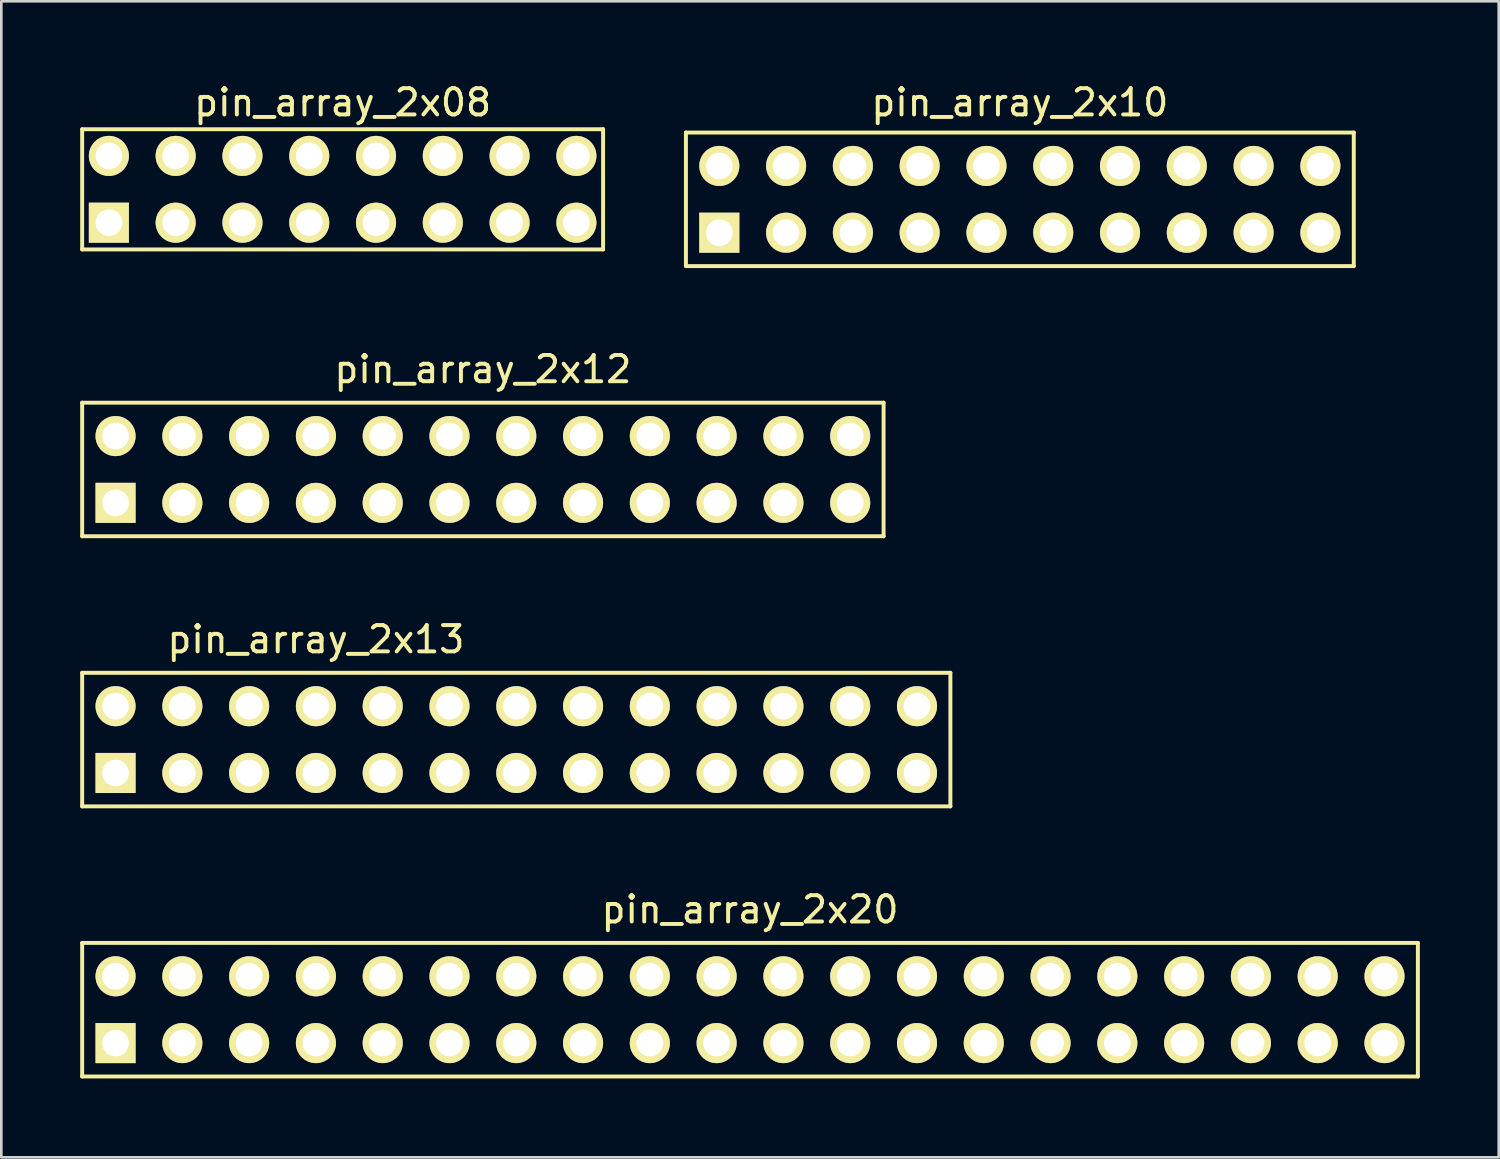
<source format=kicad_pcb>
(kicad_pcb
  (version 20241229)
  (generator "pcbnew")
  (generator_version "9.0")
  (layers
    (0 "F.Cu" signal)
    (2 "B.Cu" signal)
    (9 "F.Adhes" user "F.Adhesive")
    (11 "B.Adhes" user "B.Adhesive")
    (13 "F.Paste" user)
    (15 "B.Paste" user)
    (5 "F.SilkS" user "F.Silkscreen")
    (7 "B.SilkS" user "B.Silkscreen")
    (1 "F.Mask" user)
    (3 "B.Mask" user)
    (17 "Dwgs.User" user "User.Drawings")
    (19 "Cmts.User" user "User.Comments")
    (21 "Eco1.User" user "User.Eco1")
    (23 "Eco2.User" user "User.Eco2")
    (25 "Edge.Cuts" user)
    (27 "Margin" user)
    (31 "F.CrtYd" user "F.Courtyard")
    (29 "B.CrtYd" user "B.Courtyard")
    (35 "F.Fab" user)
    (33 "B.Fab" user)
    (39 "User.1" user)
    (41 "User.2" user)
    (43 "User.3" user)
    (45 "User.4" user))
  (footprint "pin_array_2x08"
    (layer "F.Cu")
    (at 9.981 4.15)
    (property "Reference" "pin_array_2x08" (at 0 -3.302 0) (layer "F.SilkS") (effects (font (size 1 1) (thickness 0.15))))
    (attr through_hole)
    (fp_line (start -9.906 -2.286) (end 9.906 -2.286) (stroke (width 0.15) (type solid)) (layer "F.SilkS"))
    (fp_line (start -9.906 2.286) (end -9.906 -2.286) (stroke (width 0.15) (type solid)) (layer "F.SilkS"))
    (fp_line (start 9.906 -2.286) (end 9.906 2.286) (stroke (width 0.15) (type solid)) (layer "F.SilkS"))
    (fp_line (start 9.906 2.286) (end -9.906 2.286) (stroke (width 0.15) (type solid)) (layer "F.SilkS"))
    (pad "1" thru_hole rect (at -8.89 1.27) (size 1.524 1.524) (drill 1.016) (layers "*.Cu" "*.Mask" "F.SilkS"))
    (pad "2" thru_hole circle (at -8.89 -1.27) (size 1.524 1.524) (drill 1.016) (layers "*.Cu" "*.Mask" "F.SilkS"))
    (pad "3" thru_hole circle (at -6.35 1.27) (size 1.524 1.524) (drill 1.016) (layers "*.Cu" "*.Mask" "F.SilkS"))
    (pad "4" thru_hole circle (at -6.35 -1.27) (size 1.524 1.524) (drill 1.016) (layers "*.Cu" "*.Mask" "F.SilkS"))
    (pad "5" thru_hole circle (at -3.81 1.27) (size 1.524 1.524) (drill 1.016) (layers "*.Cu" "*.Mask" "F.SilkS"))
    (pad "6" thru_hole circle (at -3.81 -1.27) (size 1.524 1.524) (drill 1.016) (layers "*.Cu" "*.Mask" "F.SilkS"))
    (pad "7" thru_hole circle (at -1.27 1.27) (size 1.524 1.524) (drill 1.016) (layers "*.Cu" "*.Mask" "F.SilkS"))
    (pad "8" thru_hole circle (at -1.27 -1.27) (size 1.524 1.524) (drill 1.016) (layers "*.Cu" "*.Mask" "F.SilkS"))
    (pad "9" thru_hole circle (at 1.27 1.27) (size 1.524 1.524) (drill 1.016) (layers "*.Cu" "*.Mask" "F.SilkS"))
    (pad "10" thru_hole circle (at 1.27 -1.27) (size 1.524 1.524) (drill 1.016) (layers "*.Cu" "*.Mask" "F.SilkS"))
    (pad "11" thru_hole circle (at 3.81 1.27) (size 1.524 1.524) (drill 1.016) (layers "*.Cu" "*.Mask" "F.SilkS"))
    (pad "12" thru_hole circle (at 3.81 -1.27) (size 1.524 1.524) (drill 1.016) (layers "*.Cu" "*.Mask" "F.SilkS"))
    (pad "13" thru_hole circle (at 6.35 1.27) (size 1.524 1.524) (drill 1.016) (layers "*.Cu" "*.Mask" "F.SilkS"))
    (pad "14" thru_hole circle (at 6.35 -1.27) (size 1.524 1.524) (drill 1.016) (layers "*.Cu" "*.Mask" "F.SilkS"))
    (pad "15" thru_hole circle (at 8.89 1.27) (size 1.524 1.524) (drill 1.016) (layers "*.Cu" "*.Mask" "F.SilkS"))
    (pad "16" thru_hole circle (at 8.89 -1.27) (size 1.524 1.524) (drill 1.016) (layers "*.Cu" "*.Mask" "F.SilkS")))
  (footprint "pin_array_2x10"
    (layer "F.Cu")
    (at 35.737 4.531)
    (property "Reference" "pin_array_2x10" (at 0 -3.683 0) (layer "F.SilkS") (effects (font (size 1 1) (thickness 0.15))))
    (attr through_hole)
    (fp_line (start -12.7 -2.54) (end -12.7 2.54) (stroke (width 0.15) (type solid)) (layer "F.SilkS"))
    (fp_line (start -12.7 2.54) (end 12.7 2.54) (stroke (width 0.15) (type solid)) (layer "F.SilkS"))
    (fp_line (start 12.7 -2.54) (end -12.7 -2.54) (stroke (width 0.15) (type solid)) (layer "F.SilkS"))
    (fp_line (start 12.7 2.54) (end 12.7 -2.54) (stroke (width 0.15) (type solid)) (layer "F.SilkS"))
    (pad "1" thru_hole rect (at -11.43 1.27) (size 1.524 1.524) (drill 1.016) (layers "*.Cu" "*.Mask" "F.SilkS"))
    (pad "2" thru_hole circle (at -11.43 -1.27) (size 1.524 1.524) (drill 1.016) (layers "*.Cu" "*.Mask" "F.SilkS"))
    (pad "3" thru_hole circle (at -8.89 1.27) (size 1.524 1.524) (drill 1.016) (layers "*.Cu" "*.Mask" "F.SilkS"))
    (pad "4" thru_hole circle (at -8.89 -1.27) (size 1.524 1.524) (drill 1.016) (layers "*.Cu" "*.Mask" "F.SilkS"))
    (pad "5" thru_hole circle (at -6.35 1.27) (size 1.524 1.524) (drill 1.016) (layers "*.Cu" "*.Mask" "F.SilkS"))
    (pad "6" thru_hole circle (at -6.35 -1.27) (size 1.524 1.524) (drill 1.016) (layers "*.Cu" "*.Mask" "F.SilkS"))
    (pad "7" thru_hole circle (at -3.81 1.27) (size 1.524 1.524) (drill 1.016) (layers "*.Cu" "*.Mask" "F.SilkS"))
    (pad "8" thru_hole circle (at -3.81 -1.27) (size 1.524 1.524) (drill 1.016) (layers "*.Cu" "*.Mask" "F.SilkS"))
    (pad "9" thru_hole circle (at -1.27 1.27) (size 1.524 1.524) (drill 1.016) (layers "*.Cu" "*.Mask" "F.SilkS"))
    (pad "10" thru_hole circle (at -1.27 -1.27) (size 1.524 1.524) (drill 1.016) (layers "*.Cu" "*.Mask" "F.SilkS"))
    (pad "11" thru_hole circle (at 1.27 1.27) (size 1.524 1.524) (drill 1.016) (layers "*.Cu" "*.Mask" "F.SilkS"))
    (pad "12" thru_hole circle (at 1.27 -1.27) (size 1.524 1.524) (drill 1.016) (layers "*.Cu" "*.Mask" "F.SilkS"))
    (pad "13" thru_hole circle (at 3.81 1.27) (size 1.524 1.524) (drill 1.016) (layers "*.Cu" "*.Mask" "F.SilkS"))
    (pad "14" thru_hole circle (at 3.81 -1.27) (size 1.524 1.524) (drill 1.016) (layers "*.Cu" "*.Mask" "F.SilkS"))
    (pad "15" thru_hole circle (at 6.35 1.27) (size 1.524 1.524) (drill 1.016) (layers "*.Cu" "*.Mask" "F.SilkS"))
    (pad "16" thru_hole circle (at 6.35 -1.27) (size 1.524 1.524) (drill 1.016) (layers "*.Cu" "*.Mask" "F.SilkS"))
    (pad "17" thru_hole circle (at 8.89 1.27) (size 1.524 1.524) (drill 1.016) (layers "*.Cu" "*.Mask" "F.SilkS"))
    (pad "18" thru_hole circle (at 8.89 -1.27) (size 1.524 1.524) (drill 1.016) (layers "*.Cu" "*.Mask" "F.SilkS"))
    (pad "19" thru_hole circle (at 11.43 1.27) (size 1.524 1.524) (drill 1.016) (layers "*.Cu" "*.Mask" "F.SilkS"))
    (pad "20" thru_hole circle (at 11.43 -1.27) (size 1.524 1.524) (drill 1.016) (layers "*.Cu" "*.Mask" "F.SilkS")))
  (footprint "pin_array_2x20"
    (layer "F.Cu")
    (at 25.475 35.351)
    (property "Reference" "pin_array_2x20" (at 0 -3.81 0) (layer "F.SilkS") (effects (font (size 1 1) (thickness 0.15))))
    (attr through_hole)
    (fp_line (start -25.4 -2.54) (end -25.4 2.54) (stroke (width 0.15) (type solid)) (layer "F.SilkS"))
    (fp_line (start 25.4 -2.54) (end -25.4 -2.54) (stroke (width 0.15) (type solid)) (layer "F.SilkS"))
    (fp_line (start 25.4 -2.54) (end 25.4 2.54) (stroke (width 0.15) (type solid)) (layer "F.SilkS"))
    (fp_line (start 25.4 2.54) (end -25.4 2.54) (stroke (width 0.15) (type solid)) (layer "F.SilkS"))
    (pad "1" thru_hole rect (at -24.13 1.27) (size 1.524 1.524) (drill 1.016) (layers "*.Cu" "*.Mask" "F.SilkS"))
    (pad "2" thru_hole circle (at -24.13 -1.27) (size 1.524 1.524) (drill 1.016) (layers "*.Cu" "*.Mask" "F.SilkS"))
    (pad "3" thru_hole circle (at -21.59 1.27) (size 1.524 1.524) (drill 1.016) (layers "*.Cu" "*.Mask" "F.SilkS"))
    (pad "4" thru_hole circle (at -21.59 -1.27) (size 1.524 1.524) (drill 1.016) (layers "*.Cu" "*.Mask" "F.SilkS"))
    (pad "5" thru_hole circle (at -19.05 1.27) (size 1.524 1.524) (drill 1.016) (layers "*.Cu" "*.Mask" "F.SilkS"))
    (pad "6" thru_hole circle (at -19.05 -1.27) (size 1.524 1.524) (drill 1.016) (layers "*.Cu" "*.Mask" "F.SilkS"))
    (pad "7" thru_hole circle (at -16.51 1.27) (size 1.524 1.524) (drill 1.016) (layers "*.Cu" "*.Mask" "F.SilkS"))
    (pad "8" thru_hole circle (at -16.51 -1.27) (size 1.524 1.524) (drill 1.016) (layers "*.Cu" "*.Mask" "F.SilkS"))
    (pad "9" thru_hole circle (at -13.97 1.27) (size 1.524 1.524) (drill 1.016) (layers "*.Cu" "*.Mask" "F.SilkS"))
    (pad "10" thru_hole circle (at -13.97 -1.27) (size 1.524 1.524) (drill 1.016) (layers "*.Cu" "*.Mask" "F.SilkS"))
    (pad "11" thru_hole circle (at -11.43 1.27) (size 1.524 1.524) (drill 1.016) (layers "*.Cu" "*.Mask" "F.SilkS"))
    (pad "12" thru_hole circle (at -11.43 -1.27) (size 1.524 1.524) (drill 1.016) (layers "*.Cu" "*.Mask" "F.SilkS"))
    (pad "13" thru_hole circle (at -8.89 1.27) (size 1.524 1.524) (drill 1.016) (layers "*.Cu" "*.Mask" "F.SilkS"))
    (pad "14" thru_hole circle (at -8.89 -1.27) (size 1.524 1.524) (drill 1.016) (layers "*.Cu" "*.Mask" "F.SilkS"))
    (pad "15" thru_hole circle (at -6.35 1.27) (size 1.524 1.524) (drill 1.016) (layers "*.Cu" "*.Mask" "F.SilkS"))
    (pad "16" thru_hole circle (at -6.35 -1.27) (size 1.524 1.524) (drill 1.016) (layers "*.Cu" "*.Mask" "F.SilkS"))
    (pad "17" thru_hole circle (at -3.81 1.27) (size 1.524 1.524) (drill 1.016) (layers "*.Cu" "*.Mask" "F.SilkS"))
    (pad "18" thru_hole circle (at -3.81 -1.27) (size 1.524 1.524) (drill 1.016) (layers "*.Cu" "*.Mask" "F.SilkS"))
    (pad "19" thru_hole circle (at -1.27 1.27) (size 1.524 1.524) (drill 1.016) (layers "*.Cu" "*.Mask" "F.SilkS"))
    (pad "20" thru_hole circle (at -1.27 -1.27) (size 1.524 1.524) (drill 1.016) (layers "*.Cu" "*.Mask" "F.SilkS"))
    (pad "21" thru_hole circle (at 1.27 1.27) (size 1.524 1.524) (drill 1.016) (layers "*.Cu" "*.Mask" "F.SilkS"))
    (pad "22" thru_hole circle (at 1.27 -1.27) (size 1.524 1.524) (drill 1.016) (layers "*.Cu" "*.Mask" "F.SilkS"))
    (pad "23" thru_hole circle (at 3.81 1.27) (size 1.524 1.524) (drill 1.016) (layers "*.Cu" "*.Mask" "F.SilkS"))
    (pad "24" thru_hole circle (at 3.81 -1.27) (size 1.524 1.524) (drill 1.016) (layers "*.Cu" "*.Mask" "F.SilkS"))
    (pad "25" thru_hole circle (at 6.35 1.27) (size 1.524 1.524) (drill 1.016) (layers "*.Cu" "*.Mask" "F.SilkS"))
    (pad "26" thru_hole circle (at 6.35 -1.27) (size 1.524 1.524) (drill 1.016) (layers "*.Cu" "*.Mask" "F.SilkS"))
    (pad "27" thru_hole circle (at 8.89 1.27) (size 1.524 1.524) (drill 1.016) (layers "*.Cu" "*.Mask" "F.SilkS"))
    (pad "28" thru_hole circle (at 8.89 -1.27) (size 1.524 1.524) (drill 1.016) (layers "*.Cu" "*.Mask" "F.SilkS"))
    (pad "29" thru_hole circle (at 11.43 1.27) (size 1.524 1.524) (drill 1.016) (layers "*.Cu" "*.Mask" "F.SilkS"))
    (pad "30" thru_hole circle (at 11.43 -1.27) (size 1.524 1.524) (drill 1.016) (layers "*.Cu" "*.Mask" "F.SilkS"))
    (pad "31" thru_hole circle (at 13.97 1.27) (size 1.524 1.524) (drill 1.016) (layers "*.Cu" "*.Mask" "F.SilkS"))
    (pad "32" thru_hole circle (at 13.97 -1.27) (size 1.524 1.524) (drill 1.016) (layers "*.Cu" "*.Mask" "F.SilkS"))
    (pad "33" thru_hole circle (at 16.51 1.27) (size 1.524 1.524) (drill 1.016) (layers "*.Cu" "*.Mask" "F.SilkS"))
    (pad "34" thru_hole circle (at 16.51 -1.27) (size 1.524 1.524) (drill 1.016) (layers "*.Cu" "*.Mask" "F.SilkS"))
    (pad "35" thru_hole circle (at 19.05 1.27) (size 1.524 1.524) (drill 1.016) (layers "*.Cu" "*.Mask" "F.SilkS"))
    (pad "36" thru_hole circle (at 19.05 -1.27) (size 1.524 1.524) (drill 1.016) (layers "*.Cu" "*.Mask" "F.SilkS"))
    (pad "37" thru_hole circle (at 21.59 1.27) (size 1.524 1.524) (drill 1.016) (layers "*.Cu" "*.Mask" "F.SilkS"))
    (pad "38" thru_hole circle (at 21.59 -1.27) (size 1.524 1.524) (drill 1.016) (layers "*.Cu" "*.Mask" "F.SilkS"))
    (pad "39" thru_hole circle (at 24.13 1.27) (size 1.524 1.524) (drill 1.016) (layers "*.Cu" "*.Mask" "F.SilkS"))
    (pad "40" thru_hole circle (at 24.13 -1.27) (size 1.524 1.524) (drill 1.016) (layers "*.Cu" "*.Mask" "F.SilkS")))
  (footprint "pin_array_2x13"
    (layer "F.Cu")
    (at 16.585 25.078)
    (property "Reference" "pin_array_2x13" (at -7.62 -3.81 0) (layer "F.SilkS") (effects (font (size 1 1) (thickness 0.15))))
    (attr through_hole)
    (fp_line (start -16.51 -2.54) (end -16.51 2.54) (stroke (width 0.15) (type solid)) (layer "F.SilkS"))
    (fp_line (start -16.51 2.54) (end 16.51 2.54) (stroke (width 0.15) (type solid)) (layer "F.SilkS"))
    (fp_line (start 16.51 -2.54) (end -16.51 -2.54) (stroke (width 0.15) (type solid)) (layer "F.SilkS"))
    (fp_line (start 16.51 2.54) (end 16.51 -2.54) (stroke (width 0.15) (type solid)) (layer "F.SilkS"))
    (pad "1" thru_hole rect (at -15.24 1.27) (size 1.524 1.524) (drill 1.016) (layers "*.Cu" "*.Mask" "F.SilkS"))
    (pad "2" thru_hole circle (at -15.24 -1.27) (size 1.524 1.524) (drill 1.016) (layers "*.Cu" "*.Mask" "F.SilkS"))
    (pad "3" thru_hole circle (at -12.7 1.27) (size 1.524 1.524) (drill 1.016) (layers "*.Cu" "*.Mask" "F.SilkS"))
    (pad "4" thru_hole circle (at -12.7 -1.27) (size 1.524 1.524) (drill 1.016) (layers "*.Cu" "*.Mask" "F.SilkS"))
    (pad "5" thru_hole circle (at -10.16 1.27) (size 1.524 1.524) (drill 1.016) (layers "*.Cu" "*.Mask" "F.SilkS"))
    (pad "6" thru_hole circle (at -10.16 -1.27) (size 1.524 1.524) (drill 1.016) (layers "*.Cu" "*.Mask" "F.SilkS"))
    (pad "7" thru_hole circle (at -7.62 1.27) (size 1.524 1.524) (drill 1.016) (layers "*.Cu" "*.Mask" "F.SilkS"))
    (pad "8" thru_hole circle (at -7.62 -1.27) (size 1.524 1.524) (drill 1.016) (layers "*.Cu" "*.Mask" "F.SilkS"))
    (pad "9" thru_hole circle (at -5.08 1.27) (size 1.524 1.524) (drill 1.016) (layers "*.Cu" "*.Mask" "F.SilkS"))
    (pad "10" thru_hole circle (at -5.08 -1.27) (size 1.524 1.524) (drill 1.016) (layers "*.Cu" "*.Mask" "F.SilkS"))
    (pad "11" thru_hole circle (at -2.54 1.27) (size 1.524 1.524) (drill 1.016) (layers "*.Cu" "*.Mask" "F.SilkS"))
    (pad "12" thru_hole circle (at -2.54 -1.27) (size 1.524 1.524) (drill 1.016) (layers "*.Cu" "*.Mask" "F.SilkS"))
    (pad "13" thru_hole circle (at 0 1.27) (size 1.524 1.524) (drill 1.016) (layers "*.Cu" "*.Mask" "F.SilkS"))
    (pad "14" thru_hole circle (at 0 -1.27) (size 1.524 1.524) (drill 1.016) (layers "*.Cu" "*.Mask" "F.SilkS"))
    (pad "15" thru_hole circle (at 2.54 1.27) (size 1.524 1.524) (drill 1.016) (layers "*.Cu" "*.Mask" "F.SilkS"))
    (pad "16" thru_hole circle (at 2.54 -1.27) (size 1.524 1.524) (drill 1.016) (layers "*.Cu" "*.Mask" "F.SilkS"))
    (pad "17" thru_hole circle (at 5.08 1.27) (size 1.524 1.524) (drill 1.016) (layers "*.Cu" "*.Mask" "F.SilkS"))
    (pad "18" thru_hole circle (at 5.08 -1.27) (size 1.524 1.524) (drill 1.016) (layers "*.Cu" "*.Mask" "F.SilkS"))
    (pad "19" thru_hole circle (at 7.62 1.27) (size 1.524 1.524) (drill 1.016) (layers "*.Cu" "*.Mask" "F.SilkS"))
    (pad "20" thru_hole circle (at 7.62 -1.27) (size 1.524 1.524) (drill 1.016) (layers "*.Cu" "*.Mask" "F.SilkS"))
    (pad "21" thru_hole circle (at 10.16 1.27) (size 1.524 1.524) (drill 1.016) (layers "*.Cu" "*.Mask" "F.SilkS"))
    (pad "22" thru_hole circle (at 10.16 -1.27) (size 1.524 1.524) (drill 1.016) (layers "*.Cu" "*.Mask" "F.SilkS"))
    (pad "23" thru_hole circle (at 12.7 1.27) (size 1.524 1.524) (drill 1.016) (layers "*.Cu" "*.Mask" "F.SilkS"))
    (pad "24" thru_hole circle (at 12.7 -1.27) (size 1.524 1.524) (drill 1.016) (layers "*.Cu" "*.Mask" "F.SilkS"))
    (pad "25" thru_hole circle (at 15.24 1.27) (size 1.524 1.524) (drill 1.016) (layers "*.Cu" "*.Mask" "F.SilkS"))
    (pad "26" thru_hole circle (at 15.24 -1.27) (size 1.524 1.524) (drill 1.016) (layers "*.Cu" "*.Mask" "F.SilkS")))
  (footprint "pin_array_2x12"
    (layer "F.Cu")
    (at 15.315 14.805)
    (property "Reference" "pin_array_2x12" (at 0 -3.81 0) (layer "F.SilkS") (effects (font (size 1 1) (thickness 0.15))))
    (attr through_hole)
    (fp_line (start -15.24 -2.54) (end -15.24 2.54) (stroke (width 0.15) (type solid)) (layer "F.SilkS"))
    (fp_line (start -15.24 2.54) (end 15.24 2.54) (stroke (width 0.15) (type solid)) (layer "F.SilkS"))
    (fp_line (start 15.24 -2.54) (end -15.24 -2.54) (stroke (width 0.15) (type solid)) (layer "F.SilkS"))
    (fp_line (start 15.24 2.54) (end 15.24 -2.54) (stroke (width 0.15) (type solid)) (layer "F.SilkS"))
    (pad "1" thru_hole rect (at -13.97 1.27) (size 1.524 1.524) (drill 1.016) (layers "*.Cu" "*.Mask" "F.SilkS"))
    (pad "2" thru_hole circle (at -13.97 -1.27) (size 1.524 1.524) (drill 1.016) (layers "*.Cu" "*.Mask" "F.SilkS"))
    (pad "3" thru_hole circle (at -11.43 1.27) (size 1.524 1.524) (drill 1.016) (layers "*.Cu" "*.Mask" "F.SilkS"))
    (pad "4" thru_hole circle (at -11.43 -1.27) (size 1.524 1.524) (drill 1.016) (layers "*.Cu" "*.Mask" "F.SilkS"))
    (pad "5" thru_hole circle (at -8.89 1.27) (size 1.524 1.524) (drill 1.016) (layers "*.Cu" "*.Mask" "F.SilkS"))
    (pad "6" thru_hole circle (at -8.89 -1.27) (size 1.524 1.524) (drill 1.016) (layers "*.Cu" "*.Mask" "F.SilkS"))
    (pad "7" thru_hole circle (at -6.35 1.27) (size 1.524 1.524) (drill 1.016) (layers "*.Cu" "*.Mask" "F.SilkS"))
    (pad "8" thru_hole circle (at -6.35 -1.27) (size 1.524 1.524) (drill 1.016) (layers "*.Cu" "*.Mask" "F.SilkS"))
    (pad "9" thru_hole circle (at -3.81 1.27) (size 1.524 1.524) (drill 1.016) (layers "*.Cu" "*.Mask" "F.SilkS"))
    (pad "10" thru_hole circle (at -3.81 -1.27) (size 1.524 1.524) (drill 1.016) (layers "*.Cu" "*.Mask" "F.SilkS"))
    (pad "11" thru_hole circle (at -1.27 1.27) (size 1.524 1.524) (drill 1.016) (layers "*.Cu" "*.Mask" "F.SilkS"))
    (pad "12" thru_hole circle (at -1.27 -1.27) (size 1.524 1.524) (drill 1.016) (layers "*.Cu" "*.Mask" "F.SilkS"))
    (pad "13" thru_hole circle (at 1.27 1.27) (size 1.524 1.524) (drill 1.016) (layers "*.Cu" "*.Mask" "F.SilkS"))
    (pad "14" thru_hole circle (at 1.27 -1.27) (size 1.524 1.524) (drill 1.016) (layers "*.Cu" "*.Mask" "F.SilkS"))
    (pad "15" thru_hole circle (at 3.81 1.27) (size 1.524 1.524) (drill 1.016) (layers "*.Cu" "*.Mask" "F.SilkS"))
    (pad "16" thru_hole circle (at 3.81 -1.27) (size 1.524 1.524) (drill 1.016) (layers "*.Cu" "*.Mask" "F.SilkS"))
    (pad "17" thru_hole circle (at 6.35 1.27) (size 1.524 1.524) (drill 1.016) (layers "*.Cu" "*.Mask" "F.SilkS"))
    (pad "18" thru_hole circle (at 6.35 -1.27) (size 1.524 1.524) (drill 1.016) (layers "*.Cu" "*.Mask" "F.SilkS"))
    (pad "19" thru_hole circle (at 8.89 1.27) (size 1.524 1.524) (drill 1.016) (layers "*.Cu" "*.Mask" "F.SilkS"))
    (pad "20" thru_hole circle (at 8.89 -1.27) (size 1.524 1.524) (drill 1.016) (layers "*.Cu" "*.Mask" "F.SilkS"))
    (pad "21" thru_hole circle (at 11.43 1.27) (size 1.524 1.524) (drill 1.016) (layers "*.Cu" "*.Mask" "F.SilkS"))
    (pad "22" thru_hole circle (at 11.43 -1.27) (size 1.524 1.524) (drill 1.016) (layers "*.Cu" "*.Mask" "F.SilkS"))
    (pad "23" thru_hole circle (at 13.97 1.27) (size 1.524 1.524) (drill 1.016) (layers "*.Cu" "*.Mask" "F.SilkS"))
    (pad "24" thru_hole circle (at 13.97 -1.27) (size 1.524 1.524) (drill 1.016) (layers "*.Cu" "*.Mask" "F.SilkS")))
  (gr_rect
    (start -3 -3)
    (end 53.95 40.966)
    (stroke (width 0.1) (type default))
    (fill no)
    (layer "Edge.Cuts")))
</source>
